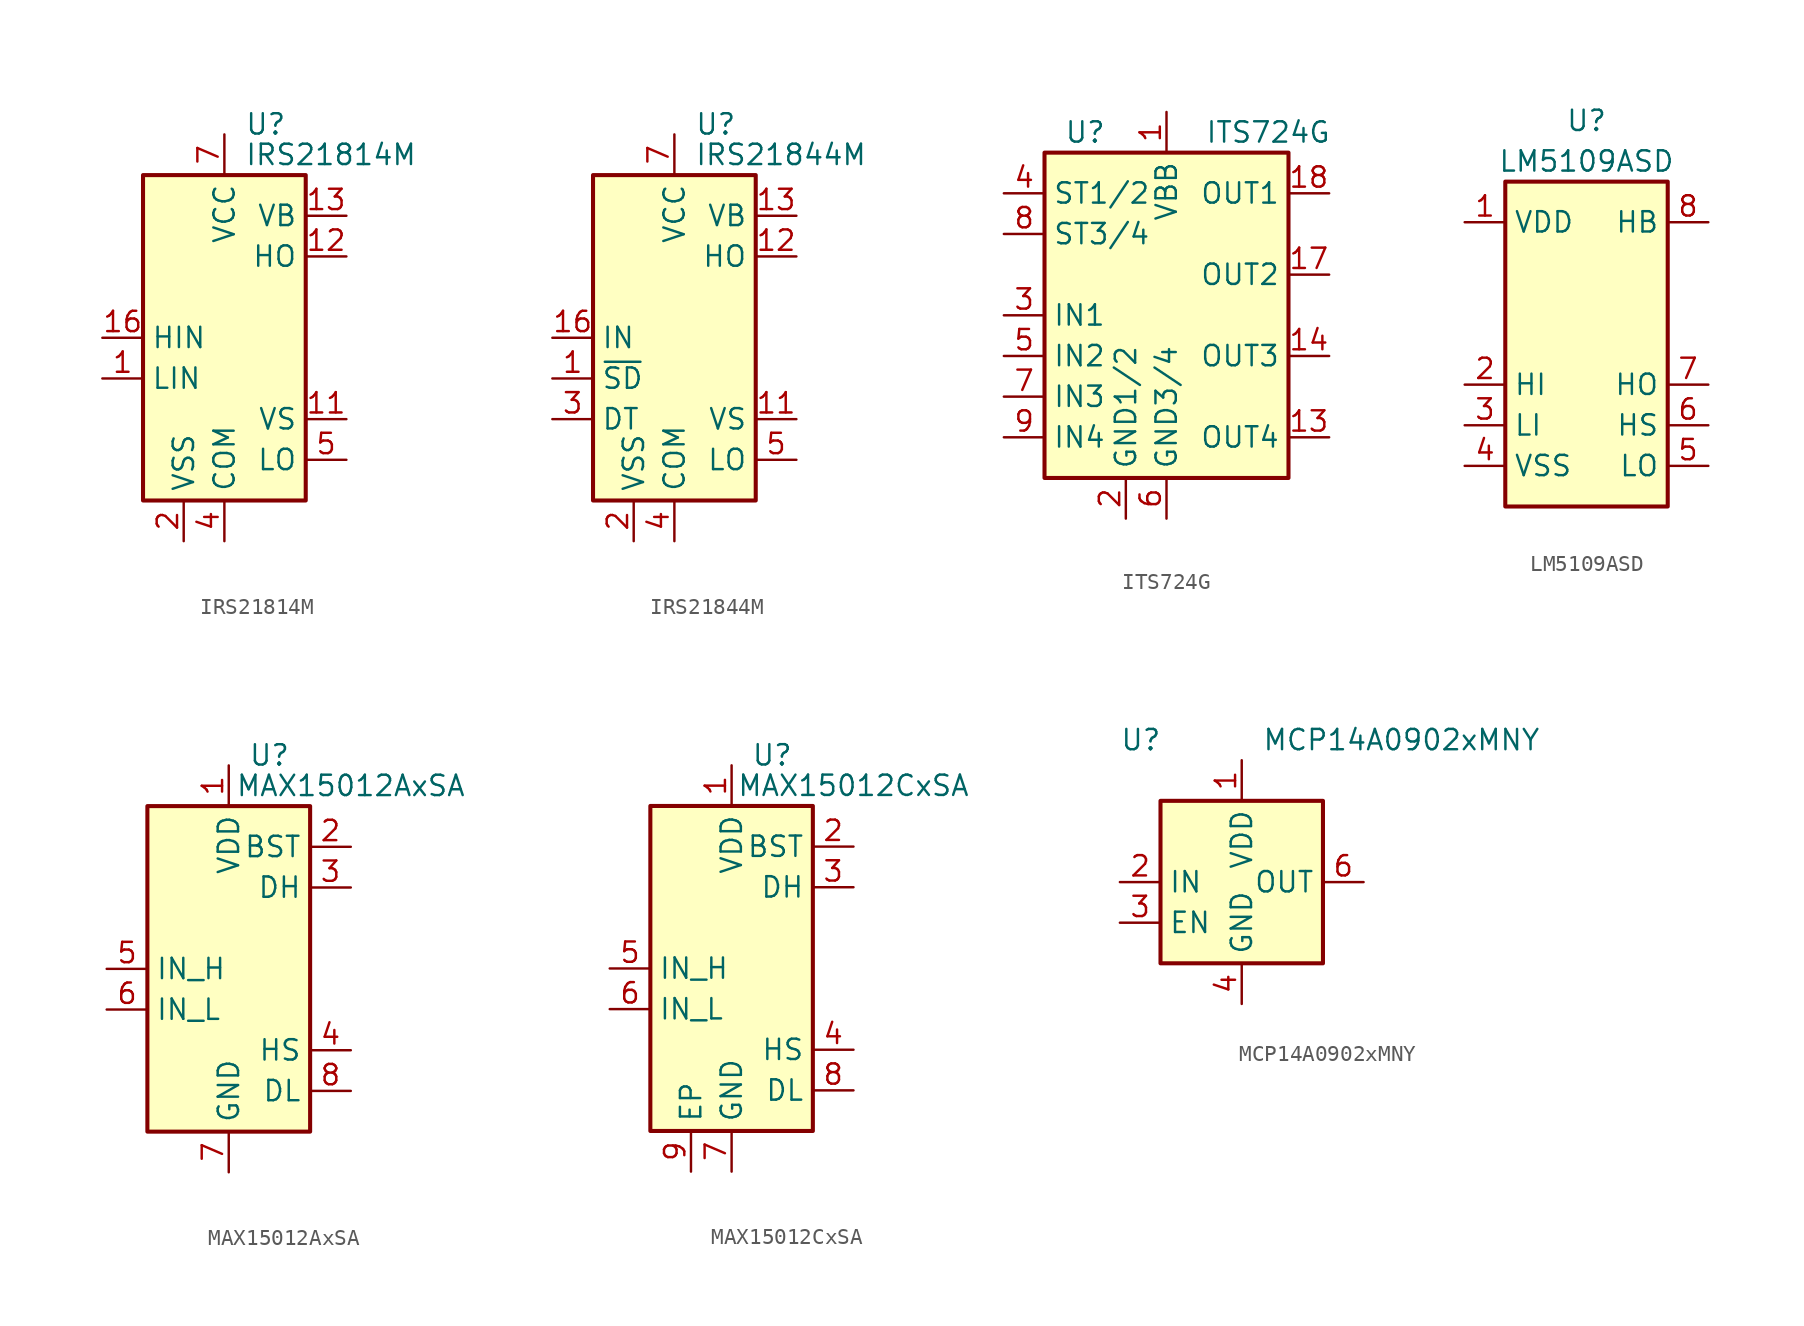
<source format=kicad_sym>
(kicad_symbol_lib
  (version 20220914)
  (generator kicad_symbol_editor)
  (symbol "IRS21814M"
    (property "Reference" "U"
      (at 1.27 13.335 0)
      (effects (font (size 1.27 1.27)) (justify left)))
    (property "Value" "IRS21814M"
      (at 1.27 11.43 0)
      (effects (font (size 1.27 1.27)) (justify left)))
    (symbol "IRS21814M_0_1"
      (rectangle (start -5.08 -10.16) (end 5.08 10.16) (stroke (width 0.254) (type default)) (fill (type background))))
    (symbol "IRS21814M_1_1"
      (pin input line (at -7.62 -2.54 0) (length 2.54) (name "LIN" (effects (font (size 1.27 1.27)))) (number "1" (effects (font (size 1.27 1.27)))))
      (pin passive line (at 7.62 -5.08 180) (length 2.54) (name "VS" (effects (font (size 1.27 1.27)))) (number "11" (effects (font (size 1.27 1.27)))))
      (pin output line (at 7.62 5.08 180) (length 2.54) (name "HO" (effects (font (size 1.27 1.27)))) (number "12" (effects (font (size 1.27 1.27)))))
      (pin passive line (at 7.62 7.62 180) (length 2.54) (name "VB" (effects (font (size 1.27 1.27)))) (number "13" (effects (font (size 1.27 1.27)))))
      (pin no_connect line (at 5.08 0 180) (length 2.54) hide (name "NC" (effects (font (size 1.27 1.27)))) (number "14" (effects (font (size 1.27 1.27)))))
      (pin input line (at -7.62 0 0) (length 2.54) (name "HIN" (effects (font (size 1.27 1.27)))) (number "16" (effects (font (size 1.27 1.27)))))
      (pin passive line (at 0 -12.7 90) (length 2.54) hide (name "COM" (effects (font (size 1.27 1.27)))) (number "17" (effects (font (size 1.27 1.27)))))
      (pin power_in line (at -2.54 -12.7 90) (length 2.54) (name "VSS" (effects (font (size 1.27 1.27)))) (number "2" (effects (font (size 1.27 1.27)))))
      (pin no_connect line (at -5.08 7.62 0) (length 2.54) hide (name "NC" (effects (font (size 1.27 1.27)))) (number "3" (effects (font (size 1.27 1.27)))))
      (pin power_in line (at 0 -12.7 90) (length 2.54) (name "COM" (effects (font (size 1.27 1.27)))) (number "4" (effects (font (size 1.27 1.27)))))
      (pin output line (at 7.62 -7.62 180) (length 2.54) (name "LO" (effects (font (size 1.27 1.27)))) (number "5" (effects (font (size 1.27 1.27)))))
      (pin no_connect line (at -5.08 5.08 0) (length 2.54) hide (name "NC" (effects (font (size 1.27 1.27)))) (number "6" (effects (font (size 1.27 1.27)))))
      (pin power_in line (at 0 12.7 270) (length 2.54) (name "VCC" (effects (font (size 1.27 1.27)))) (number "7" (effects (font (size 1.27 1.27)))))
      (pin no_connect line (at -5.08 2.54 0) (length 2.54) hide (name "NC" (effects (font (size 1.27 1.27)))) (number "8" (effects (font (size 1.27 1.27)))))
      (pin no_connect line (at 5.08 2.54 180) (length 2.54) hide (name "NC" (effects (font (size 1.27 1.27)))) (number "9" (effects (font (size 1.27 1.27)))))))
  (symbol "IRS21844M"
    (property "Reference" "U"
      (at 1.27 13.335 0)
      (effects (font (size 1.27 1.27)) (justify left)))
    (property "Value" "IRS21844M"
      (at 1.27 11.43 0)
      (effects (font (size 1.27 1.27)) (justify left)))
    (symbol "IRS21844M_0_1"
      (rectangle (start -5.08 -10.16) (end 5.08 10.16) (stroke (width 0.254) (type default)) (fill (type background))))
    (symbol "IRS21844M_1_1"
      (pin input line (at -7.62 -2.54 0) (length 2.54) (name "~{SD}" (effects (font (size 1.27 1.27)))) (number "1" (effects (font (size 1.27 1.27)))))
      (pin passive line (at 7.62 -5.08 180) (length 2.54) (name "VS" (effects (font (size 1.27 1.27)))) (number "11" (effects (font (size 1.27 1.27)))))
      (pin output line (at 7.62 5.08 180) (length 2.54) (name "HO" (effects (font (size 1.27 1.27)))) (number "12" (effects (font (size 1.27 1.27)))))
      (pin passive line (at 7.62 7.62 180) (length 2.54) (name "VB" (effects (font (size 1.27 1.27)))) (number "13" (effects (font (size 1.27 1.27)))))
      (pin no_connect line (at 5.08 2.54 180) (length 2.54) hide (name "NC" (effects (font (size 1.27 1.27)))) (number "14" (effects (font (size 1.27 1.27)))))
      (pin input line (at -7.62 0 0) (length 2.54) (name "IN" (effects (font (size 1.27 1.27)))) (number "16" (effects (font (size 1.27 1.27)))))
      (pin passive line (at 0 -12.7 90) (length 2.54) hide (name "COM" (effects (font (size 1.27 1.27)))) (number "17" (effects (font (size 1.27 1.27)))))
      (pin power_in line (at -2.54 -12.7 90) (length 2.54) (name "VSS" (effects (font (size 1.27 1.27)))) (number "2" (effects (font (size 1.27 1.27)))))
      (pin input line (at -7.62 -5.08 0) (length 2.54) (name "DT" (effects (font (size 1.27 1.27)))) (number "3" (effects (font (size 1.27 1.27)))))
      (pin power_in line (at 0 -12.7 90) (length 2.54) (name "COM" (effects (font (size 1.27 1.27)))) (number "4" (effects (font (size 1.27 1.27)))))
      (pin output line (at 7.62 -7.62 180) (length 2.54) (name "LO" (effects (font (size 1.27 1.27)))) (number "5" (effects (font (size 1.27 1.27)))))
      (pin no_connect line (at -5.08 7.62 0) (length 2.54) hide (name "NC" (effects (font (size 1.27 1.27)))) (number "6" (effects (font (size 1.27 1.27)))))
      (pin power_in line (at 0 12.7 270) (length 2.54) (name "VCC" (effects (font (size 1.27 1.27)))) (number "7" (effects (font (size 1.27 1.27)))))
      (pin no_connect line (at -5.08 5.08 0) (length 2.54) hide (name "NC" (effects (font (size 1.27 1.27)))) (number "8" (effects (font (size 1.27 1.27)))))
      (pin no_connect line (at -5.08 2.54 0) (length 2.54) hide (name "NC" (effects (font (size 1.27 1.27)))) (number "9" (effects (font (size 1.27 1.27)))))))
  (symbol "ITS724G"
    (property "Reference" "U"
      (at -5.08 11.43 0)
      (effects (font (size 1.27 1.27))))
    (property "Value" "ITS724G"
      (at 6.35 11.43 0)
      (effects (font (size 1.27 1.27))))
    (symbol "ITS724G_0_1"
      (rectangle (start -7.62 10.16) (end 7.62 -10.16) (stroke (width 0.254) (type default)) (fill (type background))))
    (symbol "ITS724G_1_1"
      (pin power_in line (at 0 12.7 270) (length 2.54) (name "VBB" (effects (font (size 1.27 1.27)))) (number "1" (effects (font (size 1.27 1.27)))))
      (pin passive line (at 0 12.7 270) (length 2.54) hide (name "VBB" (effects (font (size 1.27 1.27)))) (number "10" (effects (font (size 1.27 1.27)))))
      (pin passive line (at 0 12.7 270) (length 2.54) hide (name "VBB" (effects (font (size 1.27 1.27)))) (number "11" (effects (font (size 1.27 1.27)))))
      (pin passive line (at 0 12.7 270) (length 2.54) hide (name "VBB" (effects (font (size 1.27 1.27)))) (number "12" (effects (font (size 1.27 1.27)))))
      (pin open_emitter line (at 10.16 -7.62 180) (length 2.54) (name "OUT4" (effects (font (size 1.27 1.27)))) (number "13" (effects (font (size 1.27 1.27)))))
      (pin open_emitter line (at 10.16 -2.54 180) (length 2.54) (name "OUT3" (effects (font (size 1.27 1.27)))) (number "14" (effects (font (size 1.27 1.27)))))
      (pin passive line (at 0 12.7 270) (length 2.54) hide (name "VBB" (effects (font (size 1.27 1.27)))) (number "15" (effects (font (size 1.27 1.27)))))
      (pin passive line (at 0 12.7 270) (length 2.54) hide (name "VBB" (effects (font (size 1.27 1.27)))) (number "16" (effects (font (size 1.27 1.27)))))
      (pin open_emitter line (at 10.16 2.54 180) (length 2.54) (name "OUT2" (effects (font (size 1.27 1.27)))) (number "17" (effects (font (size 1.27 1.27)))))
      (pin open_emitter line (at 10.16 7.62 180) (length 2.54) (name "OUT1" (effects (font (size 1.27 1.27)))) (number "18" (effects (font (size 1.27 1.27)))))
      (pin passive line (at 0 12.7 270) (length 2.54) hide (name "VBB" (effects (font (size 1.27 1.27)))) (number "19" (effects (font (size 1.27 1.27)))))
      (pin power_in line (at -2.54 -12.7 90) (length 2.54) (name "GND1/2" (effects (font (size 1.27 1.27)))) (number "2" (effects (font (size 1.27 1.27)))))
      (pin passive line (at 0 12.7 270) (length 2.54) hide (name "VBB" (effects (font (size 1.27 1.27)))) (number "20" (effects (font (size 1.27 1.27)))))
      (pin input line (at -10.16 0 0) (length 2.54) (name "IN1" (effects (font (size 1.27 1.27)))) (number "3" (effects (font (size 1.27 1.27)))))
      (pin open_collector line (at -10.16 7.62 0) (length 2.54) (name "ST1/2" (effects (font (size 1.27 1.27)))) (number "4" (effects (font (size 1.27 1.27)))))
      (pin input line (at -10.16 -2.54 0) (length 2.54) (name "IN2" (effects (font (size 1.27 1.27)))) (number "5" (effects (font (size 1.27 1.27)))))
      (pin power_in line (at 0 -12.7 90) (length 2.54) (name "GND3/4" (effects (font (size 1.27 1.27)))) (number "6" (effects (font (size 1.27 1.27)))))
      (pin input line (at -10.16 -5.08 0) (length 2.54) (name "IN3" (effects (font (size 1.27 1.27)))) (number "7" (effects (font (size 1.27 1.27)))))
      (pin open_collector line (at -10.16 5.08 0) (length 2.54) (name "ST3/4" (effects (font (size 1.27 1.27)))) (number "8" (effects (font (size 1.27 1.27)))))
      (pin input line (at -10.16 -7.62 0) (length 2.54) (name "IN4" (effects (font (size 1.27 1.27)))) (number "9" (effects (font (size 1.27 1.27)))))))
  (symbol "LM5109ASD"
    (property "Reference" "U"
      (at 0 13.97 0)
      (effects (font (size 1.27 1.27))))
    (property "Value" "LM5109ASD"
      (at 0 11.43 0)
      (effects (font (size 1.27 1.27))))
    (symbol "LM5109ASD_0_1"
      (rectangle (start -5.08 -10.16) (end 5.08 10.16) (stroke (width 0.254) (type default)) (fill (type background))))
    (symbol "LM5109ASD_1_1"
      (pin power_in line (at -7.62 7.62 0) (length 2.54) (name "VDD" (effects (font (size 1.27 1.27)))) (number "1" (effects (font (size 1.27 1.27)))))
      (pin input line (at -7.62 -2.54 0) (length 2.54) (name "HI" (effects (font (size 1.27 1.27)))) (number "2" (effects (font (size 1.27 1.27)))))
      (pin input line (at -7.62 -5.08 0) (length 2.54) (name "LI" (effects (font (size 1.27 1.27)))) (number "3" (effects (font (size 1.27 1.27)))))
      (pin power_in line (at -7.62 -7.62 0) (length 2.54) (name "VSS" (effects (font (size 1.27 1.27)))) (number "4" (effects (font (size 1.27 1.27)))))
      (pin output line (at 7.62 -7.62 180) (length 2.54) (name "LO" (effects (font (size 1.27 1.27)))) (number "5" (effects (font (size 1.27 1.27)))))
      (pin passive line (at 7.62 -5.08 180) (length 2.54) (name "HS" (effects (font (size 1.27 1.27)))) (number "6" (effects (font (size 1.27 1.27)))))
      (pin output line (at 7.62 -2.54 180) (length 2.54) (name "HO" (effects (font (size 1.27 1.27)))) (number "7" (effects (font (size 1.27 1.27)))))
      (pin passive line (at 7.62 7.62 180) (length 2.54) (name "HB" (effects (font (size 1.27 1.27)))) (number "8" (effects (font (size 1.27 1.27)))))
      (pin passive line (at -7.62 -7.62 0) (length 2.54) hide (name "VSS" (effects (font (size 1.27 1.27)))) (number "9" (effects (font (size 1.27 1.27)))))))
  (symbol "MAX15012AxSA"
    (property "Reference" "U"
      (at 2.54 13.335 0)
      (effects (font (size 1.27 1.27))))
    (property "Value" "MAX15012AxSA"
      (at 7.62 11.43 0)
      (effects (font (size 1.27 1.27))))
    (symbol "MAX15012AxSA_0_1"
      (rectangle (start -5.08 -10.16) (end 5.08 10.16) (stroke (width 0.254) (type default)) (fill (type background))))
    (symbol "MAX15012AxSA_1_1"
      (pin power_in line (at 0 12.7 270) (length 2.54) (name "VDD" (effects (font (size 1.27 1.27)))) (number "1" (effects (font (size 1.27 1.27)))))
      (pin power_in line (at 7.62 7.62 180) (length 2.54) (name "BST" (effects (font (size 1.27 1.27)))) (number "2" (effects (font (size 1.27 1.27)))))
      (pin output line (at 7.62 5.08 180) (length 2.54) (name "DH" (effects (font (size 1.27 1.27)))) (number "3" (effects (font (size 1.27 1.27)))))
      (pin passive line (at 7.62 -5.08 180) (length 2.54) (name "HS" (effects (font (size 1.27 1.27)))) (number "4" (effects (font (size 1.27 1.27)))))
      (pin input line (at -7.62 0 0) (length 2.54) (name "IN_H" (effects (font (size 1.27 1.27)))) (number "5" (effects (font (size 1.27 1.27)))))
      (pin input line (at -7.62 -2.54 0) (length 2.54) (name "IN_L" (effects (font (size 1.27 1.27)))) (number "6" (effects (font (size 1.27 1.27)))))
      (pin power_in line (at 0 -12.7 90) (length 2.54) (name "GND" (effects (font (size 1.27 1.27)))) (number "7" (effects (font (size 1.27 1.27)))))
      (pin output line (at 7.62 -7.62 180) (length 2.54) (name "DL" (effects (font (size 1.27 1.27)))) (number "8" (effects (font (size 1.27 1.27)))))))
  (symbol "MAX15012CxSA"
    (property "Reference" "U"
      (at 2.54 13.335 0)
      (effects (font (size 1.27 1.27))))
    (property "Value" "MAX15012CxSA"
      (at 7.62 11.43 0)
      (effects (font (size 1.27 1.27))))
    (symbol "MAX15012CxSA_0_1"
      (rectangle (start -5.08 -10.16) (end 5.08 10.16) (stroke (width 0.254) (type default)) (fill (type background))))
    (symbol "MAX15012CxSA_1_1"
      (pin power_in line (at 0 12.7 270) (length 2.54) (name "VDD" (effects (font (size 1.27 1.27)))) (number "1" (effects (font (size 1.27 1.27)))))
      (pin power_in line (at 7.62 7.62 180) (length 2.54) (name "BST" (effects (font (size 1.27 1.27)))) (number "2" (effects (font (size 1.27 1.27)))))
      (pin output line (at 7.62 5.08 180) (length 2.54) (name "DH" (effects (font (size 1.27 1.27)))) (number "3" (effects (font (size 1.27 1.27)))))
      (pin passive line (at 7.62 -5.08 180) (length 2.54) (name "HS" (effects (font (size 1.27 1.27)))) (number "4" (effects (font (size 1.27 1.27)))))
      (pin input line (at -7.62 0 0) (length 2.54) (name "IN_H" (effects (font (size 1.27 1.27)))) (number "5" (effects (font (size 1.27 1.27)))))
      (pin input line (at -7.62 -2.54 0) (length 2.54) (name "IN_L" (effects (font (size 1.27 1.27)))) (number "6" (effects (font (size 1.27 1.27)))))
      (pin power_in line (at 0 -12.7 90) (length 2.54) (name "GND" (effects (font (size 1.27 1.27)))) (number "7" (effects (font (size 1.27 1.27)))))
      (pin output line (at 7.62 -7.62 180) (length 2.54) (name "DL" (effects (font (size 1.27 1.27)))) (number "8" (effects (font (size 1.27 1.27)))))
      (pin output line (at -2.54 -12.7 90) (length 2.54) (name "EP" (effects (font (size 1.27 1.27)))) (number "9" (effects (font (size 1.27 1.27)))))))
  (symbol "MCP14A0902xMNY"
    (property "Reference" "U"
      (at -7.62 8.89 0)
      (effects (font (size 1.27 1.27)) (justify left)))
    (property "Value" "MCP14A0902xMNY"
      (at 1.27 8.89 0)
      (effects (font (size 1.27 1.27)) (justify left)))
    (symbol "MCP14A0902xMNY_1_1"
      (rectangle (start -5.08 -5.08) (end 5.08 5.08) (stroke (width 0.254) (type default)) (fill (type background)))
      (pin power_in line (at 0 7.62 270) (length 2.54) (name "VDD" (effects (font (size 1.27 1.27)))) (number "1" (effects (font (size 1.27 1.27)))))
      (pin input line (at -7.62 0 0) (length 2.54) (name "IN" (effects (font (size 1.27 1.27)))) (number "2" (effects (font (size 1.27 1.27)))))
      (pin input line (at -7.62 -2.54 0) (length 2.54) (name "EN" (effects (font (size 1.27 1.27)))) (number "3" (effects (font (size 1.27 1.27)))))
      (pin power_in line (at 0 -7.62 90) (length 2.54) (name "GND" (effects (font (size 1.27 1.27)))) (number "4" (effects (font (size 1.27 1.27)))))
      (pin passive line (at 0 -7.62 90) (length 2.54) hide (name "GND" (effects (font (size 1.27 1.27)))) (number "5" (effects (font (size 1.27 1.27)))))
      (pin output line (at 7.62 0 180) (length 2.54) (name "OUT" (effects (font (size 1.27 1.27)))) (number "6" (effects (font (size 1.27 1.27)))))
      (pin passive line (at 7.62 0 180) (length 2.54) hide (name "OUT" (effects (font (size 1.27 1.27)))) (number "7" (effects (font (size 1.27 1.27)))))
      (pin passive line (at 0 7.62 270) (length 2.54) hide (name "VDD" (effects (font (size 1.27 1.27)))) (number "8" (effects (font (size 1.27 1.27)))))
      (pin passive line (at 0 -7.62 90) (length 2.54) hide (name "GND" (effects (font (size 1.27 1.27)))) (number "9" (effects (font (size 1.27 1.27))))))))
</source>
